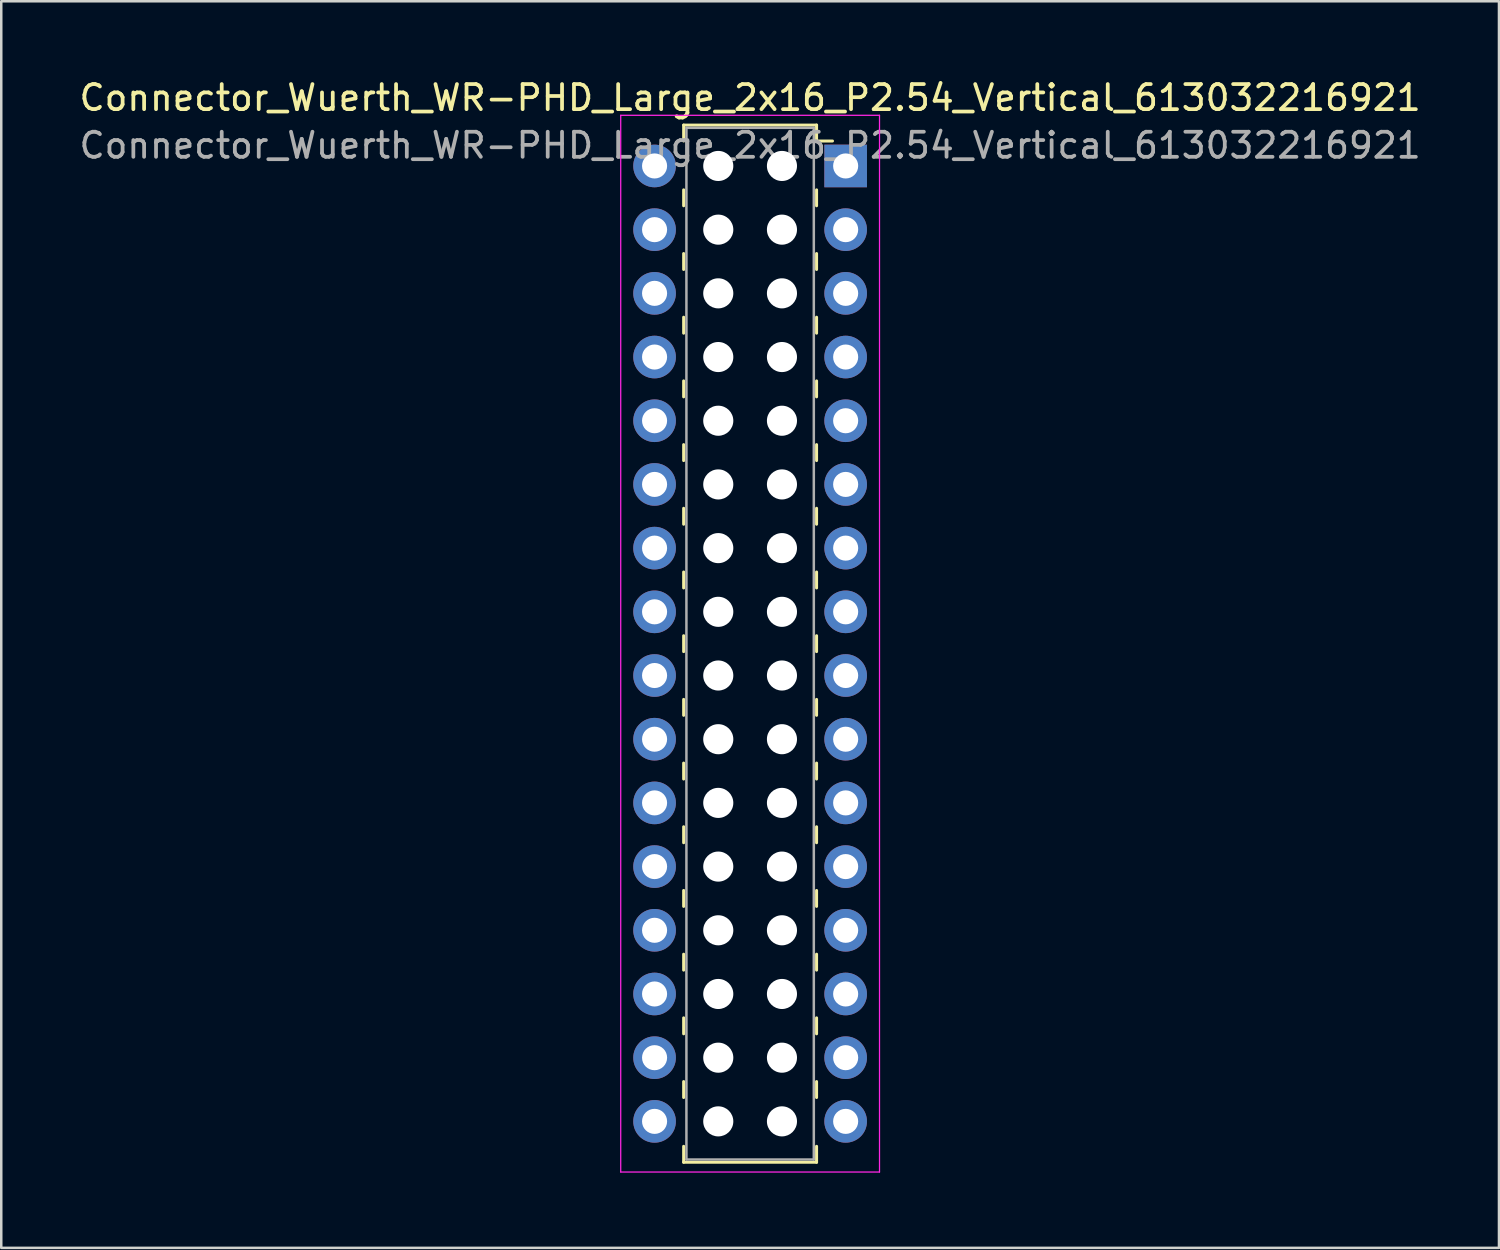
<source format=kicad_pcb>
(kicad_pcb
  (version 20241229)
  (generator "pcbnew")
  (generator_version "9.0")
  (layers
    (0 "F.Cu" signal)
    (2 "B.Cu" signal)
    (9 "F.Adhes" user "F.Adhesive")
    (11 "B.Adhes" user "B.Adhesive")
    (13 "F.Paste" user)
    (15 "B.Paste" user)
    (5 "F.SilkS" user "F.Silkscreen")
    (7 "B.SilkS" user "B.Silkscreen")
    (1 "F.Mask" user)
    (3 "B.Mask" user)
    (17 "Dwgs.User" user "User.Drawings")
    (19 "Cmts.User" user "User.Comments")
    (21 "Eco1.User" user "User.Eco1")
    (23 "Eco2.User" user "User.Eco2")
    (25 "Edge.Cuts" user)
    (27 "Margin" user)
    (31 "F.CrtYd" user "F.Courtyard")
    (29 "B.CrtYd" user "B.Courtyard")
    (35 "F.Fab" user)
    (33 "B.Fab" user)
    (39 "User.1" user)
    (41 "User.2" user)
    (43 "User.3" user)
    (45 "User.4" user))
  (footprint "Connector_Wuerth_WR-PHD_Large_2x16_P2.54_Vertical_613032216921"
    (layer "F.Cu")
    (at 30.673 3.568)
    (property "Reference" "Connector_Wuerth_WR-PHD_Large_2x16_P2.54_Vertical_613032216921" (at -3.81 -2.72 0) (layer "F.SilkS") (effects (font (size 1 1) (thickness 0.15))))
    (attr through_hole)
    (fp_line (start -6.46 -1.63) (end -6.46 -0.995) (stroke (width 0.12) (type solid)) (layer "F.SilkS"))
    (fp_line (start -6.46 -1.63) (end -1.16 -1.63) (stroke (width 0.12) (type solid)) (layer "F.SilkS"))
    (fp_line (start -6.46 0.953) (end -6.46 1.587) (stroke (width 0.12) (type solid)) (layer "F.SilkS"))
    (fp_line (start -6.46 3.493) (end -6.46 4.128) (stroke (width 0.12) (type solid)) (layer "F.SilkS"))
    (fp_line (start -6.46 6.032) (end -6.46 6.668) (stroke (width 0.12) (type solid)) (layer "F.SilkS"))
    (fp_line (start -6.46 8.572) (end -6.46 9.207) (stroke (width 0.12) (type solid)) (layer "F.SilkS"))
    (fp_line (start -6.46 11.113) (end -6.46 11.748) (stroke (width 0.12) (type solid)) (layer "F.SilkS"))
    (fp_line (start -6.46 13.652) (end -6.46 14.287) (stroke (width 0.12) (type solid)) (layer "F.SilkS"))
    (fp_line (start -6.46 16.192) (end -6.46 16.828) (stroke (width 0.12) (type solid)) (layer "F.SilkS"))
    (fp_line (start -6.46 18.733) (end -6.46 19.367) (stroke (width 0.12) (type solid)) (layer "F.SilkS"))
    (fp_line (start -6.46 21.273) (end -6.46 21.907) (stroke (width 0.12) (type solid)) (layer "F.SilkS"))
    (fp_line (start -6.46 23.812) (end -6.46 24.448) (stroke (width 0.12) (type solid)) (layer "F.SilkS"))
    (fp_line (start -6.46 26.352) (end -6.46 26.988) (stroke (width 0.12) (type solid)) (layer "F.SilkS"))
    (fp_line (start -6.46 28.892) (end -6.46 29.527) (stroke (width 0.12) (type solid)) (layer "F.SilkS"))
    (fp_line (start -6.46 31.433) (end -6.46 32.068) (stroke (width 0.12) (type solid)) (layer "F.SilkS"))
    (fp_line (start -6.46 33.972) (end -6.46 34.608) (stroke (width 0.12) (type solid)) (layer "F.SilkS"))
    (fp_line (start -6.46 36.513) (end -6.46 37.148) (stroke (width 0.12) (type solid)) (layer "F.SilkS"))
    (fp_line (start -6.46 39.73) (end -6.46 39.095) (stroke (width 0.12) (type solid)) (layer "F.SilkS"))
    (fp_line (start -6.46 39.73) (end -1.16 39.73) (stroke (width 0.12) (type solid)) (layer "F.SilkS"))
    (fp_line (start -1.16 -1.63) (end -1.16 -0.995) (stroke (width 0.12) (type solid)) (layer "F.SilkS"))
    (fp_line (start -1.16 -0.995) (end -0.525 -0.995) (stroke (width 0.12) (type solid)) (layer "F.SilkS"))
    (fp_line (start -1.16 0.953) (end -1.16 1.587) (stroke (width 0.12) (type solid)) (layer "F.SilkS"))
    (fp_line (start -1.16 3.493) (end -1.16 4.128) (stroke (width 0.12) (type solid)) (layer "F.SilkS"))
    (fp_line (start -1.16 6.032) (end -1.16 6.668) (stroke (width 0.12) (type solid)) (layer "F.SilkS"))
    (fp_line (start -1.16 8.572) (end -1.16 9.207) (stroke (width 0.12) (type solid)) (layer "F.SilkS"))
    (fp_line (start -1.16 11.113) (end -1.16 11.748) (stroke (width 0.12) (type solid)) (layer "F.SilkS"))
    (fp_line (start -1.16 13.652) (end -1.16 14.287) (stroke (width 0.12) (type solid)) (layer "F.SilkS"))
    (fp_line (start -1.16 16.192) (end -1.16 16.828) (stroke (width 0.12) (type solid)) (layer "F.SilkS"))
    (fp_line (start -1.16 18.733) (end -1.16 19.367) (stroke (width 0.12) (type solid)) (layer "F.SilkS"))
    (fp_line (start -1.16 21.273) (end -1.16 21.907) (stroke (width 0.12) (type solid)) (layer "F.SilkS"))
    (fp_line (start -1.16 23.812) (end -1.16 24.448) (stroke (width 0.12) (type solid)) (layer "F.SilkS"))
    (fp_line (start -1.16 26.352) (end -1.16 26.988) (stroke (width 0.12) (type solid)) (layer "F.SilkS"))
    (fp_line (start -1.16 28.892) (end -1.16 29.527) (stroke (width 0.12) (type solid)) (layer "F.SilkS"))
    (fp_line (start -1.16 31.433) (end -1.16 32.068) (stroke (width 0.12) (type solid)) (layer "F.SilkS"))
    (fp_line (start -1.16 33.972) (end -1.16 34.608) (stroke (width 0.12) (type solid)) (layer "F.SilkS"))
    (fp_line (start -1.16 36.513) (end -1.16 37.148) (stroke (width 0.12) (type solid)) (layer "F.SilkS"))
    (fp_line (start -1.16 39.73) (end -1.16 39.095) (stroke (width 0.12) (type solid)) (layer "F.SilkS"))
    (fp_line (start -8.97 -2.02) (end 1.35 -2.02) (stroke (width 0.05) (type solid)) (layer "F.CrtYd"))
    (fp_line (start -8.97 40.12) (end -8.97 -2.02) (stroke (width 0.05) (type solid)) (layer "F.CrtYd"))
    (fp_line (start 1.35 -2.02) (end 1.35 40.12) (stroke (width 0.05) (type solid)) (layer "F.CrtYd"))
    (fp_line (start 1.35 40.12) (end -8.97 40.12) (stroke (width 0.05) (type solid)) (layer "F.CrtYd"))
    (fp_line (start -6.35 -1.52) (end -6.35 39.62) (stroke (width 0.1) (type solid)) (layer "F.Fab"))
    (fp_line (start -6.35 39.62) (end -1.27 39.62) (stroke (width 0.1) (type solid)) (layer "F.Fab"))
    (fp_line (start -1.27 -1.52) (end -6.35 -1.52) (stroke (width 0.1) (type solid)) (layer "F.Fab"))
    (fp_line (start -1.27 39.62) (end -1.27 -1.52) (stroke (width 0.1) (type solid)) (layer "F.Fab"))
    (fp_text user "${REFERENCE}" (at -3.81 -0.82 0) (layer "F.Fab") (effects (font (size 1 1) (thickness 0.15))))
    (pad "" np_thru_hole circle (at -5.08 0) (size 1.2 1.2) (drill 1.2) (layers "*.Cu" "*.Mask"))
    (pad "" np_thru_hole circle (at -5.08 2.54) (size 1.2 1.2) (drill 1.2) (layers "*.Cu" "*.Mask"))
    (pad "" np_thru_hole circle (at -5.08 5.08) (size 1.2 1.2) (drill 1.2) (layers "*.Cu" "*.Mask"))
    (pad "" np_thru_hole circle (at -5.08 7.62) (size 1.2 1.2) (drill 1.2) (layers "*.Cu" "*.Mask"))
    (pad "" np_thru_hole circle (at -5.08 10.16) (size 1.2 1.2) (drill 1.2) (layers "*.Cu" "*.Mask"))
    (pad "" np_thru_hole circle (at -5.08 12.7) (size 1.2 1.2) (drill 1.2) (layers "*.Cu" "*.Mask"))
    (pad "" np_thru_hole circle (at -5.08 15.24) (size 1.2 1.2) (drill 1.2) (layers "*.Cu" "*.Mask"))
    (pad "" np_thru_hole circle (at -5.08 17.78) (size 1.2 1.2) (drill 1.2) (layers "*.Cu" "*.Mask"))
    (pad "" np_thru_hole circle (at -5.08 20.32) (size 1.2 1.2) (drill 1.2) (layers "*.Cu" "*.Mask"))
    (pad "" np_thru_hole circle (at -5.08 22.86) (size 1.2 1.2) (drill 1.2) (layers "*.Cu" "*.Mask"))
    (pad "" np_thru_hole circle (at -5.08 25.4) (size 1.2 1.2) (drill 1.2) (layers "*.Cu" "*.Mask"))
    (pad "" np_thru_hole circle (at -5.08 27.94) (size 1.2 1.2) (drill 1.2) (layers "*.Cu" "*.Mask"))
    (pad "" np_thru_hole circle (at -5.08 30.48) (size 1.2 1.2) (drill 1.2) (layers "*.Cu" "*.Mask"))
    (pad "" np_thru_hole circle (at -5.08 33.02) (size 1.2 1.2) (drill 1.2) (layers "*.Cu" "*.Mask"))
    (pad "" np_thru_hole circle (at -5.08 35.56) (size 1.2 1.2) (drill 1.2) (layers "*.Cu" "*.Mask"))
    (pad "" np_thru_hole circle (at -5.08 38.1) (size 1.2 1.2) (drill 1.2) (layers "*.Cu" "*.Mask"))
    (pad "" np_thru_hole circle (at -2.54 0) (size 1.2 1.2) (drill 1.2) (layers "*.Cu" "*.Mask"))
    (pad "" np_thru_hole circle (at -2.54 2.54) (size 1.2 1.2) (drill 1.2) (layers "*.Cu" "*.Mask"))
    (pad "" np_thru_hole circle (at -2.54 5.08) (size 1.2 1.2) (drill 1.2) (layers "*.Cu" "*.Mask"))
    (pad "" np_thru_hole circle (at -2.54 7.62) (size 1.2 1.2) (drill 1.2) (layers "*.Cu" "*.Mask"))
    (pad "" np_thru_hole circle (at -2.54 10.16) (size 1.2 1.2) (drill 1.2) (layers "*.Cu" "*.Mask"))
    (pad "" np_thru_hole circle (at -2.54 12.7) (size 1.2 1.2) (drill 1.2) (layers "*.Cu" "*.Mask"))
    (pad "" np_thru_hole circle (at -2.54 15.24) (size 1.2 1.2) (drill 1.2) (layers "*.Cu" "*.Mask"))
    (pad "" np_thru_hole circle (at -2.54 17.78) (size 1.2 1.2) (drill 1.2) (layers "*.Cu" "*.Mask"))
    (pad "" np_thru_hole circle (at -2.54 20.32) (size 1.2 1.2) (drill 1.2) (layers "*.Cu" "*.Mask"))
    (pad "" np_thru_hole circle (at -2.54 22.86) (size 1.2 1.2) (drill 1.2) (layers "*.Cu" "*.Mask"))
    (pad "" np_thru_hole circle (at -2.54 25.4) (size 1.2 1.2) (drill 1.2) (layers "*.Cu" "*.Mask"))
    (pad "" np_thru_hole circle (at -2.54 27.94) (size 1.2 1.2) (drill 1.2) (layers "*.Cu" "*.Mask"))
    (pad "" np_thru_hole circle (at -2.54 30.48) (size 1.2 1.2) (drill 1.2) (layers "*.Cu" "*.Mask"))
    (pad "" np_thru_hole circle (at -2.54 33.02) (size 1.2 1.2) (drill 1.2) (layers "*.Cu" "*.Mask"))
    (pad "" np_thru_hole circle (at -2.54 35.56) (size 1.2 1.2) (drill 1.2) (layers "*.Cu" "*.Mask"))
    (pad "" np_thru_hole circle (at -2.54 38.1) (size 1.2 1.2) (drill 1.2) (layers "*.Cu" "*.Mask"))
    (pad "1" thru_hole rect (at 0 0) (size 1.7 1.7) (drill 1) (layers "*.Cu" "*.Mask"))
    (pad "2" thru_hole circle (at -7.62 0) (size 1.7 1.7) (drill 1) (layers "*.Cu" "*.Mask"))
    (pad "3" thru_hole circle (at 0 2.54) (size 1.7 1.7) (drill 1) (layers "*.Cu" "*.Mask"))
    (pad "4" thru_hole circle (at -7.62 2.54) (size 1.7 1.7) (drill 1) (layers "*.Cu" "*.Mask"))
    (pad "5" thru_hole circle (at 0 5.08) (size 1.7 1.7) (drill 1) (layers "*.Cu" "*.Mask"))
    (pad "6" thru_hole circle (at -7.62 5.08) (size 1.7 1.7) (drill 1) (layers "*.Cu" "*.Mask"))
    (pad "7" thru_hole circle (at 0 7.62) (size 1.7 1.7) (drill 1) (layers "*.Cu" "*.Mask"))
    (pad "8" thru_hole circle (at -7.62 7.62) (size 1.7 1.7) (drill 1) (layers "*.Cu" "*.Mask"))
    (pad "9" thru_hole circle (at 0 10.16) (size 1.7 1.7) (drill 1) (layers "*.Cu" "*.Mask"))
    (pad "10" thru_hole circle (at -7.62 10.16) (size 1.7 1.7) (drill 1) (layers "*.Cu" "*.Mask"))
    (pad "11" thru_hole circle (at 0 12.7) (size 1.7 1.7) (drill 1) (layers "*.Cu" "*.Mask"))
    (pad "12" thru_hole circle (at -7.62 12.7) (size 1.7 1.7) (drill 1) (layers "*.Cu" "*.Mask"))
    (pad "13" thru_hole circle (at 0 15.24) (size 1.7 1.7) (drill 1) (layers "*.Cu" "*.Mask"))
    (pad "14" thru_hole circle (at -7.62 15.24) (size 1.7 1.7) (drill 1) (layers "*.Cu" "*.Mask"))
    (pad "15" thru_hole circle (at 0 17.78) (size 1.7 1.7) (drill 1) (layers "*.Cu" "*.Mask"))
    (pad "16" thru_hole circle (at -7.62 17.78) (size 1.7 1.7) (drill 1) (layers "*.Cu" "*.Mask"))
    (pad "17" thru_hole circle (at 0 20.32) (size 1.7 1.7) (drill 1) (layers "*.Cu" "*.Mask"))
    (pad "18" thru_hole circle (at -7.62 20.32) (size 1.7 1.7) (drill 1) (layers "*.Cu" "*.Mask"))
    (pad "19" thru_hole circle (at 0 22.86) (size 1.7 1.7) (drill 1) (layers "*.Cu" "*.Mask"))
    (pad "20" thru_hole circle (at -7.62 22.86) (size 1.7 1.7) (drill 1) (layers "*.Cu" "*.Mask"))
    (pad "21" thru_hole circle (at 0 25.4) (size 1.7 1.7) (drill 1) (layers "*.Cu" "*.Mask"))
    (pad "22" thru_hole circle (at -7.62 25.4) (size 1.7 1.7) (drill 1) (layers "*.Cu" "*.Mask"))
    (pad "23" thru_hole circle (at 0 27.94) (size 1.7 1.7) (drill 1) (layers "*.Cu" "*.Mask"))
    (pad "24" thru_hole circle (at -7.62 27.94) (size 1.7 1.7) (drill 1) (layers "*.Cu" "*.Mask"))
    (pad "25" thru_hole circle (at 0 30.48) (size 1.7 1.7) (drill 1) (layers "*.Cu" "*.Mask"))
    (pad "26" thru_hole circle (at -7.62 30.48) (size 1.7 1.7) (drill 1) (layers "*.Cu" "*.Mask"))
    (pad "27" thru_hole circle (at 0 33.02) (size 1.7 1.7) (drill 1) (layers "*.Cu" "*.Mask"))
    (pad "28" thru_hole circle (at -7.62 33.02) (size 1.7 1.7) (drill 1) (layers "*.Cu" "*.Mask"))
    (pad "29" thru_hole circle (at 0 35.56) (size 1.7 1.7) (drill 1) (layers "*.Cu" "*.Mask"))
    (pad "30" thru_hole circle (at -7.62 35.56) (size 1.7 1.7) (drill 1) (layers "*.Cu" "*.Mask"))
    (pad "31" thru_hole circle (at 0 38.1) (size 1.7 1.7) (drill 1) (layers "*.Cu" "*.Mask"))
    (pad "32" thru_hole circle (at -7.62 38.1) (size 1.7 1.7) (drill 1) (layers "*.Cu" "*.Mask")))
  (gr_rect
    (start -3 -3)
    (end 56.726 46.713)
    (stroke (width 0.1) (type default))
    (fill no)
    (layer "Edge.Cuts")))
</source>
